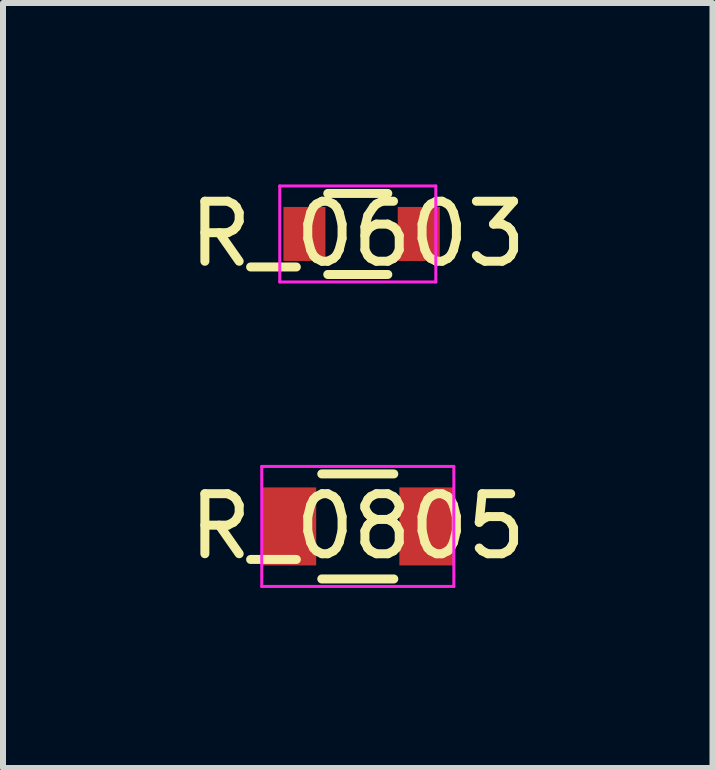
<source format=kicad_pcb>
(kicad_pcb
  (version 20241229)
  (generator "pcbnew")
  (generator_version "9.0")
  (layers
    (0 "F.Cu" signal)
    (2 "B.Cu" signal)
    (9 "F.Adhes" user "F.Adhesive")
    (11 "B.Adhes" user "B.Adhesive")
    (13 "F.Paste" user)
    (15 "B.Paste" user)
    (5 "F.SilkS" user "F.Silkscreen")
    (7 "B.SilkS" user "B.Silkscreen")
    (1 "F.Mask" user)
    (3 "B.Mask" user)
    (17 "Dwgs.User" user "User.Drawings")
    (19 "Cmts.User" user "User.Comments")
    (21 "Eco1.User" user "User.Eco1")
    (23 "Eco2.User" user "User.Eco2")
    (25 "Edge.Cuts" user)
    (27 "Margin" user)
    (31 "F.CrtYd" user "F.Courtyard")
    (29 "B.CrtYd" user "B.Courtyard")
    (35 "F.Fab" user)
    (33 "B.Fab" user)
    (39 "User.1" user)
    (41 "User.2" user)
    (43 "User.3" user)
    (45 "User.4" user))
  (footprint "R_0805"
    (layer "F.Cu")
    (at 2.911 5.721)
    (property "Reference" "R_0805" (at 0 0 0) (layer "F.SilkS") (effects (font (size 1 1) (thickness 0.15))))
    (attr smd)
    (fp_line (start -0.6 -0.875) (end 0.6 -0.875) (stroke (width 0.15) (type solid)) (layer "F.SilkS"))
    (fp_line (start 0.6 0.875) (end -0.6 0.875) (stroke (width 0.15) (type solid)) (layer "F.SilkS"))
    (fp_line (start -1.6 -1) (end -1.6 1) (stroke (width 0.05) (type solid)) (layer "F.CrtYd"))
    (fp_line (start -1.6 -1) (end 1.6 -1) (stroke (width 0.05) (type solid)) (layer "F.CrtYd"))
    (fp_line (start -1.6 1) (end 1.6 1) (stroke (width 0.05) (type solid)) (layer "F.CrtYd"))
    (fp_line (start 1.6 -1) (end 1.6 1) (stroke (width 0.05) (type solid)) (layer "F.CrtYd"))
    (pad "1" smd rect (at -1.143 0) (size 0.9 1.3) (layers "F.Cu" "F.Mask" "F.Paste"))
    (pad "2" smd rect (at 1.143 0) (size 0.9 1.3) (layers "F.Cu" "F.Mask" "F.Paste")))
  (footprint "R_0603"
    (layer "F.Cu")
    (at 2.911 0.848)
    (property "Reference" "R_0603" (at 0 0 0) (layer "F.SilkS") (effects (font (size 1 1) (thickness 0.15))))
    (attr smd)
    (fp_line (start -0.5 -0.675) (end 0.5 -0.675) (stroke (width 0.15) (type solid)) (layer "F.SilkS"))
    (fp_line (start 0.5 0.675) (end -0.5 0.675) (stroke (width 0.15) (type solid)) (layer "F.SilkS"))
    (fp_line (start -1.3 -0.8) (end -1.3 0.8) (stroke (width 0.05) (type solid)) (layer "F.CrtYd"))
    (fp_line (start -1.3 -0.8) (end 1.3 -0.8) (stroke (width 0.05) (type solid)) (layer "F.CrtYd"))
    (fp_line (start -1.3 0.8) (end 1.3 0.8) (stroke (width 0.05) (type solid)) (layer "F.CrtYd"))
    (fp_line (start 1.3 -0.8) (end 1.3 0.8) (stroke (width 0.05) (type solid)) (layer "F.CrtYd"))
    (pad "1" smd rect (at -0.889 0) (size 0.7 0.9) (layers "F.Cu" "F.Mask" "F.Paste"))
    (pad "2" smd rect (at 1.016 0) (size 0.7 0.9) (layers "F.Cu" "F.Mask" "F.Paste")))
  (gr_rect
    (start -3 -3)
    (end 8.821 9.746)
    (stroke (width 0.1) (type default))
    (fill no)
    (layer "Edge.Cuts")))
</source>
